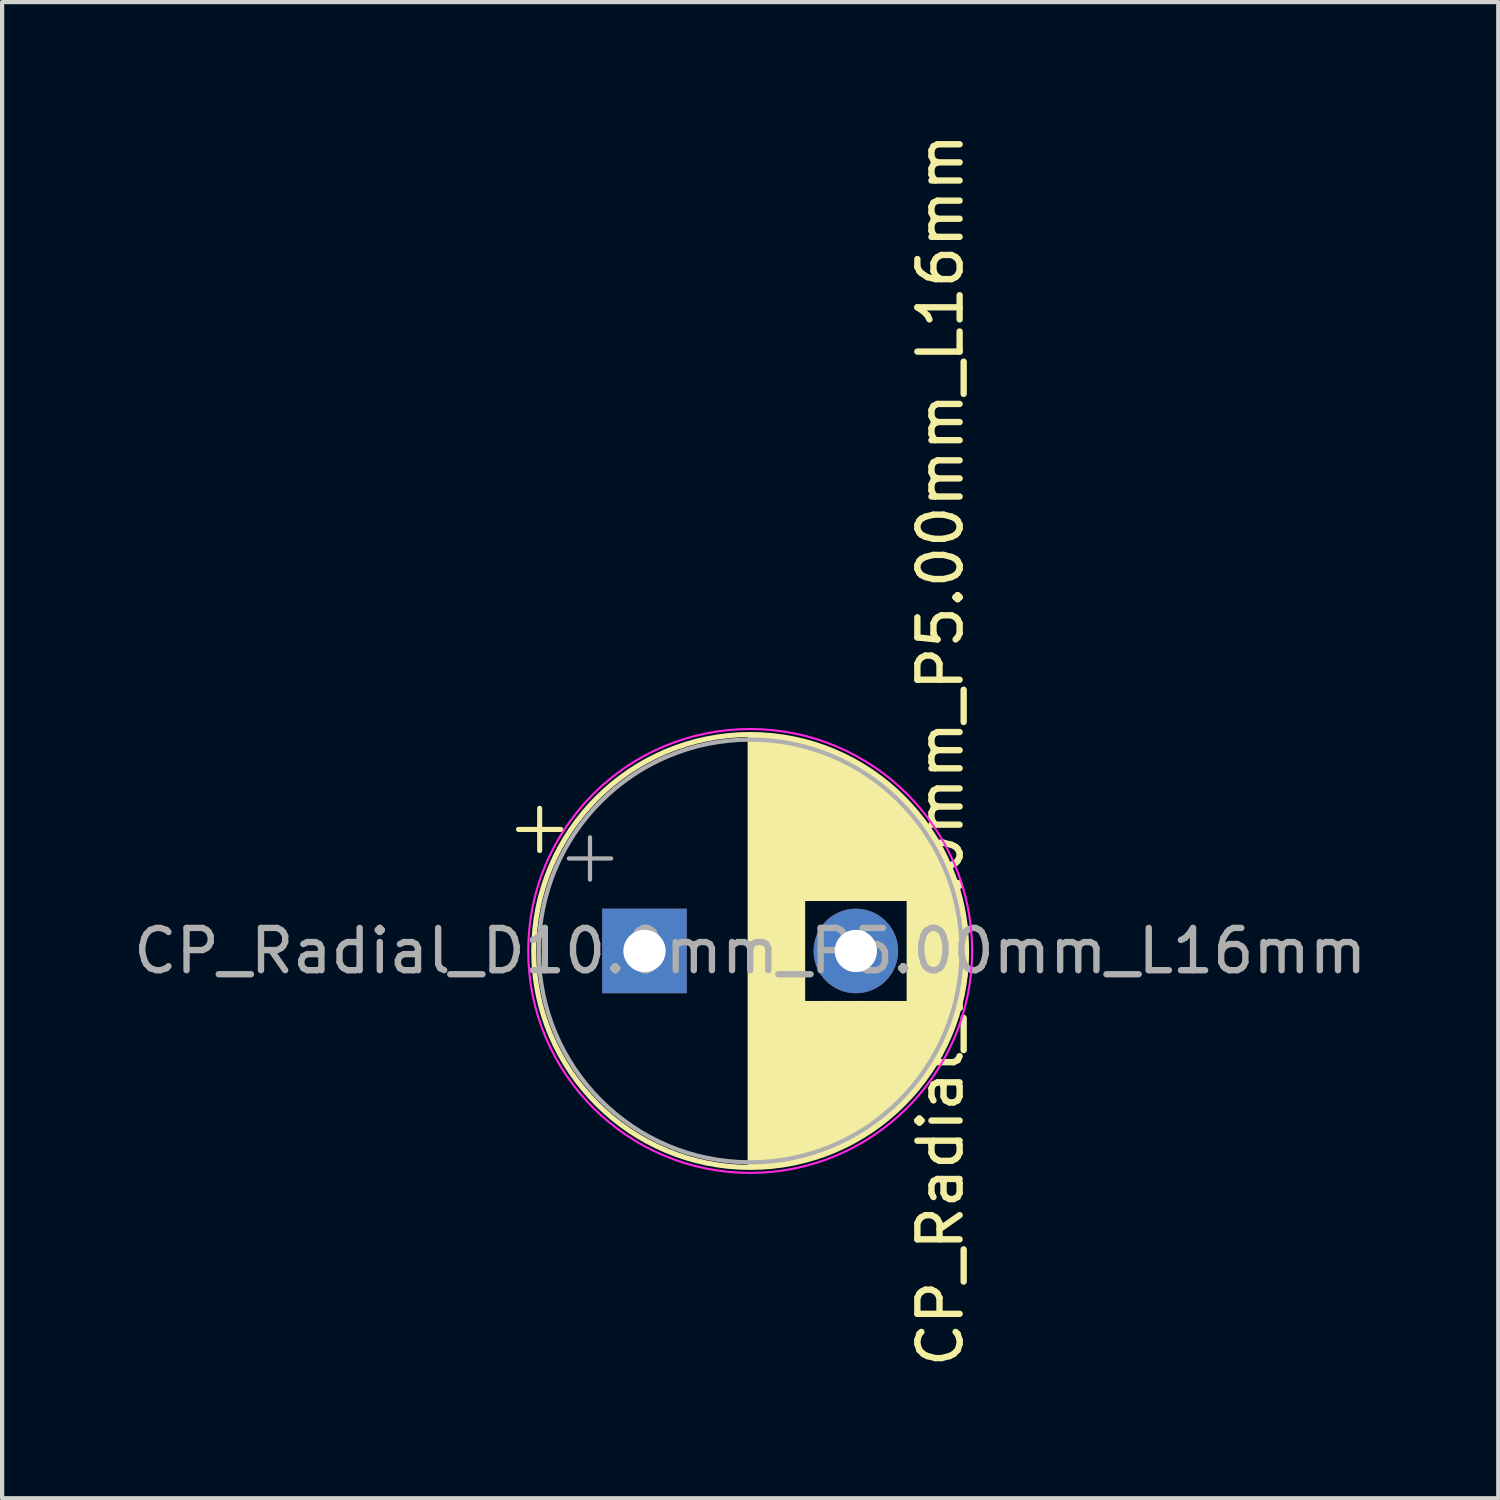
<source format=kicad_pcb>
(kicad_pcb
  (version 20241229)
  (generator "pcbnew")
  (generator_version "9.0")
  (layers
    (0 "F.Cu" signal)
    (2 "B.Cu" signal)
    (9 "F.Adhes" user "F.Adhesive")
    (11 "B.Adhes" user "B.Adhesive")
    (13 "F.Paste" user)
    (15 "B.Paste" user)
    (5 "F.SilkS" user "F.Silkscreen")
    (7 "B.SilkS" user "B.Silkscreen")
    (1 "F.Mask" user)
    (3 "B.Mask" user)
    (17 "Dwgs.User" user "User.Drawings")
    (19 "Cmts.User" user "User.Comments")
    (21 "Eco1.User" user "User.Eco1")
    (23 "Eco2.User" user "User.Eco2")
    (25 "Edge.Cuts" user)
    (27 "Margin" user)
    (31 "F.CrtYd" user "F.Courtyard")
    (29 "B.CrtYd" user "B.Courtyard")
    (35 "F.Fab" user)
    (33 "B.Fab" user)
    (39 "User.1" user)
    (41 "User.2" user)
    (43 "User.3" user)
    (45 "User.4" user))
  (footprint "CP_Radial_D10.0mm_P5.00mm_L16mm"
    (layer "F.Cu")
    (at 12.196 19.446)
    (property "Reference" "CP_Radial_D10.0mm_P5.00mm_L16mm" (at 7 -4.75 90) (layer "F.SilkS") (effects (font (size 1 1) (thickness 0.15))))
    (attr through_hole)
    (fp_line (start -2.98 -2.875) (end -1.98 -2.875) (stroke (width 0.12) (type solid)) (layer "F.SilkS"))
    (fp_line (start -2.48 -3.375) (end -2.48 -2.375) (stroke (width 0.12) (type solid)) (layer "F.SilkS"))
    (fp_line (start 2.5 -5.08) (end 2.5 5.08) (stroke (width 0.12) (type solid)) (layer "F.SilkS"))
    (fp_line (start 2.54 -5.08) (end 2.54 5.08) (stroke (width 0.12) (type solid)) (layer "F.SilkS"))
    (fp_line (start 2.58 -5.08) (end 2.58 5.08) (stroke (width 0.12) (type solid)) (layer "F.SilkS"))
    (fp_line (start 2.62 -5.079) (end 2.62 5.079) (stroke (width 0.12) (type solid)) (layer "F.SilkS"))
    (fp_line (start 2.66 -5.078) (end 2.66 5.078) (stroke (width 0.12) (type solid)) (layer "F.SilkS"))
    (fp_line (start 2.7 -5.077) (end 2.7 5.077) (stroke (width 0.12) (type solid)) (layer "F.SilkS"))
    (fp_line (start 2.74 -5.075) (end 2.74 5.075) (stroke (width 0.12) (type solid)) (layer "F.SilkS"))
    (fp_line (start 2.78 -5.073) (end 2.78 5.073) (stroke (width 0.12) (type solid)) (layer "F.SilkS"))
    (fp_line (start 2.82 -5.07) (end 2.82 5.07) (stroke (width 0.12) (type solid)) (layer "F.SilkS"))
    (fp_line (start 2.86 -5.068) (end 2.86 5.068) (stroke (width 0.12) (type solid)) (layer "F.SilkS"))
    (fp_line (start 2.9 -5.065) (end 2.9 5.065) (stroke (width 0.12) (type solid)) (layer "F.SilkS"))
    (fp_line (start 2.94 -5.062) (end 2.94 5.062) (stroke (width 0.12) (type solid)) (layer "F.SilkS"))
    (fp_line (start 2.98 -5.058) (end 2.98 5.058) (stroke (width 0.12) (type solid)) (layer "F.SilkS"))
    (fp_line (start 3.02 -5.054) (end 3.02 5.054) (stroke (width 0.12) (type solid)) (layer "F.SilkS"))
    (fp_line (start 3.06 -5.05) (end 3.06 5.05) (stroke (width 0.12) (type solid)) (layer "F.SilkS"))
    (fp_line (start 3.1 -5.045) (end 3.1 5.045) (stroke (width 0.12) (type solid)) (layer "F.SilkS"))
    (fp_line (start 3.14 -5.04) (end 3.14 5.04) (stroke (width 0.12) (type solid)) (layer "F.SilkS"))
    (fp_line (start 3.18 -5.035) (end 3.18 5.035) (stroke (width 0.12) (type solid)) (layer "F.SilkS"))
    (fp_line (start 3.221 -5.03) (end 3.221 5.03) (stroke (width 0.12) (type solid)) (layer "F.SilkS"))
    (fp_line (start 3.261 -5.024) (end 3.261 5.024) (stroke (width 0.12) (type solid)) (layer "F.SilkS"))
    (fp_line (start 3.301 -5.018) (end 3.301 5.018) (stroke (width 0.12) (type solid)) (layer "F.SilkS"))
    (fp_line (start 3.341 -5.011) (end 3.341 5.011) (stroke (width 0.12) (type solid)) (layer "F.SilkS"))
    (fp_line (start 3.381 -5.004) (end 3.381 5.004) (stroke (width 0.12) (type solid)) (layer "F.SilkS"))
    (fp_line (start 3.421 -4.997) (end 3.421 4.997) (stroke (width 0.12) (type solid)) (layer "F.SilkS"))
    (fp_line (start 3.461 -4.99) (end 3.461 4.99) (stroke (width 0.12) (type solid)) (layer "F.SilkS"))
    (fp_line (start 3.501 -4.982) (end 3.501 4.982) (stroke (width 0.12) (type solid)) (layer "F.SilkS"))
    (fp_line (start 3.541 -4.974) (end 3.541 4.974) (stroke (width 0.12) (type solid)) (layer "F.SilkS"))
    (fp_line (start 3.581 -4.965) (end 3.581 4.965) (stroke (width 0.12) (type solid)) (layer "F.SilkS"))
    (fp_line (start 3.621 -4.956) (end 3.621 4.956) (stroke (width 0.12) (type solid)) (layer "F.SilkS"))
    (fp_line (start 3.661 -4.947) (end 3.661 4.947) (stroke (width 0.12) (type solid)) (layer "F.SilkS"))
    (fp_line (start 3.701 -4.938) (end 3.701 4.938) (stroke (width 0.12) (type solid)) (layer "F.SilkS"))
    (fp_line (start 3.741 -4.928) (end 3.741 4.928) (stroke (width 0.12) (type solid)) (layer "F.SilkS"))
    (fp_line (start 3.781 -4.918) (end 3.781 -1.241) (stroke (width 0.12) (type solid)) (layer "F.SilkS"))
    (fp_line (start 3.781 1.241) (end 3.781 4.918) (stroke (width 0.12) (type solid)) (layer "F.SilkS"))
    (fp_line (start 3.821 -4.907) (end 3.821 -1.241) (stroke (width 0.12) (type solid)) (layer "F.SilkS"))
    (fp_line (start 3.821 1.241) (end 3.821 4.907) (stroke (width 0.12) (type solid)) (layer "F.SilkS"))
    (fp_line (start 3.861 -4.897) (end 3.861 -1.241) (stroke (width 0.12) (type solid)) (layer "F.SilkS"))
    (fp_line (start 3.861 1.241) (end 3.861 4.897) (stroke (width 0.12) (type solid)) (layer "F.SilkS"))
    (fp_line (start 3.901 -4.885) (end 3.901 -1.241) (stroke (width 0.12) (type solid)) (layer "F.SilkS"))
    (fp_line (start 3.901 1.241) (end 3.901 4.885) (stroke (width 0.12) (type solid)) (layer "F.SilkS"))
    (fp_line (start 3.941 -4.874) (end 3.941 -1.241) (stroke (width 0.12) (type solid)) (layer "F.SilkS"))
    (fp_line (start 3.941 1.241) (end 3.941 4.874) (stroke (width 0.12) (type solid)) (layer "F.SilkS"))
    (fp_line (start 3.981 -4.862) (end 3.981 -1.241) (stroke (width 0.12) (type solid)) (layer "F.SilkS"))
    (fp_line (start 3.981 1.241) (end 3.981 4.862) (stroke (width 0.12) (type solid)) (layer "F.SilkS"))
    (fp_line (start 4.021 -4.85) (end 4.021 -1.241) (stroke (width 0.12) (type solid)) (layer "F.SilkS"))
    (fp_line (start 4.021 1.241) (end 4.021 4.85) (stroke (width 0.12) (type solid)) (layer "F.SilkS"))
    (fp_line (start 4.061 -4.837) (end 4.061 -1.241) (stroke (width 0.12) (type solid)) (layer "F.SilkS"))
    (fp_line (start 4.061 1.241) (end 4.061 4.837) (stroke (width 0.12) (type solid)) (layer "F.SilkS"))
    (fp_line (start 4.101 -4.824) (end 4.101 -1.241) (stroke (width 0.12) (type solid)) (layer "F.SilkS"))
    (fp_line (start 4.101 1.241) (end 4.101 4.824) (stroke (width 0.12) (type solid)) (layer "F.SilkS"))
    (fp_line (start 4.141 -4.811) (end 4.141 -1.241) (stroke (width 0.12) (type solid)) (layer "F.SilkS"))
    (fp_line (start 4.141 1.241) (end 4.141 4.811) (stroke (width 0.12) (type solid)) (layer "F.SilkS"))
    (fp_line (start 4.181 -4.797) (end 4.181 -1.241) (stroke (width 0.12) (type solid)) (layer "F.SilkS"))
    (fp_line (start 4.181 1.241) (end 4.181 4.797) (stroke (width 0.12) (type solid)) (layer "F.SilkS"))
    (fp_line (start 4.221 -4.783) (end 4.221 -1.241) (stroke (width 0.12) (type solid)) (layer "F.SilkS"))
    (fp_line (start 4.221 1.241) (end 4.221 4.783) (stroke (width 0.12) (type solid)) (layer "F.SilkS"))
    (fp_line (start 4.261 -4.768) (end 4.261 -1.241) (stroke (width 0.12) (type solid)) (layer "F.SilkS"))
    (fp_line (start 4.261 1.241) (end 4.261 4.768) (stroke (width 0.12) (type solid)) (layer "F.SilkS"))
    (fp_line (start 4.301 -4.754) (end 4.301 -1.241) (stroke (width 0.12) (type solid)) (layer "F.SilkS"))
    (fp_line (start 4.301 1.241) (end 4.301 4.754) (stroke (width 0.12) (type solid)) (layer "F.SilkS"))
    (fp_line (start 4.341 -4.738) (end 4.341 -1.241) (stroke (width 0.12) (type solid)) (layer "F.SilkS"))
    (fp_line (start 4.341 1.241) (end 4.341 4.738) (stroke (width 0.12) (type solid)) (layer "F.SilkS"))
    (fp_line (start 4.381 -4.723) (end 4.381 -1.241) (stroke (width 0.12) (type solid)) (layer "F.SilkS"))
    (fp_line (start 4.381 1.241) (end 4.381 4.723) (stroke (width 0.12) (type solid)) (layer "F.SilkS"))
    (fp_line (start 4.421 -4.707) (end 4.421 -1.241) (stroke (width 0.12) (type solid)) (layer "F.SilkS"))
    (fp_line (start 4.421 1.241) (end 4.421 4.707) (stroke (width 0.12) (type solid)) (layer "F.SilkS"))
    (fp_line (start 4.461 -4.69) (end 4.461 -1.241) (stroke (width 0.12) (type solid)) (layer "F.SilkS"))
    (fp_line (start 4.461 1.241) (end 4.461 4.69) (stroke (width 0.12) (type solid)) (layer "F.SilkS"))
    (fp_line (start 4.501 -4.674) (end 4.501 -1.241) (stroke (width 0.12) (type solid)) (layer "F.SilkS"))
    (fp_line (start 4.501 1.241) (end 4.501 4.674) (stroke (width 0.12) (type solid)) (layer "F.SilkS"))
    (fp_line (start 4.541 -4.657) (end 4.541 -1.241) (stroke (width 0.12) (type solid)) (layer "F.SilkS"))
    (fp_line (start 4.541 1.241) (end 4.541 4.657) (stroke (width 0.12) (type solid)) (layer "F.SilkS"))
    (fp_line (start 4.581 -4.639) (end 4.581 -1.241) (stroke (width 0.12) (type solid)) (layer "F.SilkS"))
    (fp_line (start 4.581 1.241) (end 4.581 4.639) (stroke (width 0.12) (type solid)) (layer "F.SilkS"))
    (fp_line (start 4.621 -4.621) (end 4.621 -1.241) (stroke (width 0.12) (type solid)) (layer "F.SilkS"))
    (fp_line (start 4.621 1.241) (end 4.621 4.621) (stroke (width 0.12) (type solid)) (layer "F.SilkS"))
    (fp_line (start 4.661 -4.603) (end 4.661 -1.241) (stroke (width 0.12) (type solid)) (layer "F.SilkS"))
    (fp_line (start 4.661 1.241) (end 4.661 4.603) (stroke (width 0.12) (type solid)) (layer "F.SilkS"))
    (fp_line (start 4.701 -4.584) (end 4.701 -1.241) (stroke (width 0.12) (type solid)) (layer "F.SilkS"))
    (fp_line (start 4.701 1.241) (end 4.701 4.584) (stroke (width 0.12) (type solid)) (layer "F.SilkS"))
    (fp_line (start 4.741 -4.564) (end 4.741 -1.241) (stroke (width 0.12) (type solid)) (layer "F.SilkS"))
    (fp_line (start 4.741 1.241) (end 4.741 4.564) (stroke (width 0.12) (type solid)) (layer "F.SilkS"))
    (fp_line (start 4.781 -4.545) (end 4.781 -1.241) (stroke (width 0.12) (type solid)) (layer "F.SilkS"))
    (fp_line (start 4.781 1.241) (end 4.781 4.545) (stroke (width 0.12) (type solid)) (layer "F.SilkS"))
    (fp_line (start 4.821 -4.525) (end 4.821 -1.241) (stroke (width 0.12) (type solid)) (layer "F.SilkS"))
    (fp_line (start 4.821 1.241) (end 4.821 4.525) (stroke (width 0.12) (type solid)) (layer "F.SilkS"))
    (fp_line (start 4.861 -4.504) (end 4.861 -1.241) (stroke (width 0.12) (type solid)) (layer "F.SilkS"))
    (fp_line (start 4.861 1.241) (end 4.861 4.504) (stroke (width 0.12) (type solid)) (layer "F.SilkS"))
    (fp_line (start 4.901 -4.483) (end 4.901 -1.241) (stroke (width 0.12) (type solid)) (layer "F.SilkS"))
    (fp_line (start 4.901 1.241) (end 4.901 4.483) (stroke (width 0.12) (type solid)) (layer "F.SilkS"))
    (fp_line (start 4.941 -4.462) (end 4.941 -1.241) (stroke (width 0.12) (type solid)) (layer "F.SilkS"))
    (fp_line (start 4.941 1.241) (end 4.941 4.462) (stroke (width 0.12) (type solid)) (layer "F.SilkS"))
    (fp_line (start 4.981 -4.44) (end 4.981 -1.241) (stroke (width 0.12) (type solid)) (layer "F.SilkS"))
    (fp_line (start 4.981 1.241) (end 4.981 4.44) (stroke (width 0.12) (type solid)) (layer "F.SilkS"))
    (fp_line (start 5.021 -4.417) (end 5.021 -1.241) (stroke (width 0.12) (type solid)) (layer "F.SilkS"))
    (fp_line (start 5.021 1.241) (end 5.021 4.417) (stroke (width 0.12) (type solid)) (layer "F.SilkS"))
    (fp_line (start 5.061 -4.395) (end 5.061 -1.241) (stroke (width 0.12) (type solid)) (layer "F.SilkS"))
    (fp_line (start 5.061 1.241) (end 5.061 4.395) (stroke (width 0.12) (type solid)) (layer "F.SilkS"))
    (fp_line (start 5.101 -4.371) (end 5.101 -1.241) (stroke (width 0.12) (type solid)) (layer "F.SilkS"))
    (fp_line (start 5.101 1.241) (end 5.101 4.371) (stroke (width 0.12) (type solid)) (layer "F.SilkS"))
    (fp_line (start 5.141 -4.347) (end 5.141 -1.241) (stroke (width 0.12) (type solid)) (layer "F.SilkS"))
    (fp_line (start 5.141 1.241) (end 5.141 4.347) (stroke (width 0.12) (type solid)) (layer "F.SilkS"))
    (fp_line (start 5.181 -4.323) (end 5.181 -1.241) (stroke (width 0.12) (type solid)) (layer "F.SilkS"))
    (fp_line (start 5.181 1.241) (end 5.181 4.323) (stroke (width 0.12) (type solid)) (layer "F.SilkS"))
    (fp_line (start 5.221 -4.298) (end 5.221 -1.241) (stroke (width 0.12) (type solid)) (layer "F.SilkS"))
    (fp_line (start 5.221 1.241) (end 5.221 4.298) (stroke (width 0.12) (type solid)) (layer "F.SilkS"))
    (fp_line (start 5.261 -4.273) (end 5.261 -1.241) (stroke (width 0.12) (type solid)) (layer "F.SilkS"))
    (fp_line (start 5.261 1.241) (end 5.261 4.273) (stroke (width 0.12) (type solid)) (layer "F.SilkS"))
    (fp_line (start 5.301 -4.247) (end 5.301 -1.241) (stroke (width 0.12) (type solid)) (layer "F.SilkS"))
    (fp_line (start 5.301 1.241) (end 5.301 4.247) (stroke (width 0.12) (type solid)) (layer "F.SilkS"))
    (fp_line (start 5.341 -4.221) (end 5.341 -1.241) (stroke (width 0.12) (type solid)) (layer "F.SilkS"))
    (fp_line (start 5.341 1.241) (end 5.341 4.221) (stroke (width 0.12) (type solid)) (layer "F.SilkS"))
    (fp_line (start 5.381 -4.194) (end 5.381 -1.241) (stroke (width 0.12) (type solid)) (layer "F.SilkS"))
    (fp_line (start 5.381 1.241) (end 5.381 4.194) (stroke (width 0.12) (type solid)) (layer "F.SilkS"))
    (fp_line (start 5.421 -4.166) (end 5.421 -1.241) (stroke (width 0.12) (type solid)) (layer "F.SilkS"))
    (fp_line (start 5.421 1.241) (end 5.421 4.166) (stroke (width 0.12) (type solid)) (layer "F.SilkS"))
    (fp_line (start 5.461 -4.138) (end 5.461 -1.241) (stroke (width 0.12) (type solid)) (layer "F.SilkS"))
    (fp_line (start 5.461 1.241) (end 5.461 4.138) (stroke (width 0.12) (type solid)) (layer "F.SilkS"))
    (fp_line (start 5.501 -4.11) (end 5.501 -1.241) (stroke (width 0.12) (type solid)) (layer "F.SilkS"))
    (fp_line (start 5.501 1.241) (end 5.501 4.11) (stroke (width 0.12) (type solid)) (layer "F.SilkS"))
    (fp_line (start 5.541 -4.08) (end 5.541 -1.241) (stroke (width 0.12) (type solid)) (layer "F.SilkS"))
    (fp_line (start 5.541 1.241) (end 5.541 4.08) (stroke (width 0.12) (type solid)) (layer "F.SilkS"))
    (fp_line (start 5.581 -4.05) (end 5.581 -1.241) (stroke (width 0.12) (type solid)) (layer "F.SilkS"))
    (fp_line (start 5.581 1.241) (end 5.581 4.05) (stroke (width 0.12) (type solid)) (layer "F.SilkS"))
    (fp_line (start 5.621 -4.02) (end 5.621 -1.241) (stroke (width 0.12) (type solid)) (layer "F.SilkS"))
    (fp_line (start 5.621 1.241) (end 5.621 4.02) (stroke (width 0.12) (type solid)) (layer "F.SilkS"))
    (fp_line (start 5.661 -3.989) (end 5.661 -1.241) (stroke (width 0.12) (type solid)) (layer "F.SilkS"))
    (fp_line (start 5.661 1.241) (end 5.661 3.989) (stroke (width 0.12) (type solid)) (layer "F.SilkS"))
    (fp_line (start 5.701 -3.957) (end 5.701 -1.241) (stroke (width 0.12) (type solid)) (layer "F.SilkS"))
    (fp_line (start 5.701 1.241) (end 5.701 3.957) (stroke (width 0.12) (type solid)) (layer "F.SilkS"))
    (fp_line (start 5.741 -3.925) (end 5.741 -1.241) (stroke (width 0.12) (type solid)) (layer "F.SilkS"))
    (fp_line (start 5.741 1.241) (end 5.741 3.925) (stroke (width 0.12) (type solid)) (layer "F.SilkS"))
    (fp_line (start 5.781 -3.892) (end 5.781 -1.241) (stroke (width 0.12) (type solid)) (layer "F.SilkS"))
    (fp_line (start 5.781 1.241) (end 5.781 3.892) (stroke (width 0.12) (type solid)) (layer "F.SilkS"))
    (fp_line (start 5.821 -3.858) (end 5.821 -1.241) (stroke (width 0.12) (type solid)) (layer "F.SilkS"))
    (fp_line (start 5.821 1.241) (end 5.821 3.858) (stroke (width 0.12) (type solid)) (layer "F.SilkS"))
    (fp_line (start 5.861 -3.824) (end 5.861 -1.241) (stroke (width 0.12) (type solid)) (layer "F.SilkS"))
    (fp_line (start 5.861 1.241) (end 5.861 3.824) (stroke (width 0.12) (type solid)) (layer "F.SilkS"))
    (fp_line (start 5.901 -3.789) (end 5.901 -1.241) (stroke (width 0.12) (type solid)) (layer "F.SilkS"))
    (fp_line (start 5.901 1.241) (end 5.901 3.789) (stroke (width 0.12) (type solid)) (layer "F.SilkS"))
    (fp_line (start 5.941 -3.753) (end 5.941 -1.241) (stroke (width 0.12) (type solid)) (layer "F.SilkS"))
    (fp_line (start 5.941 1.241) (end 5.941 3.753) (stroke (width 0.12) (type solid)) (layer "F.SilkS"))
    (fp_line (start 5.981 -3.716) (end 5.981 -1.241) (stroke (width 0.12) (type solid)) (layer "F.SilkS"))
    (fp_line (start 5.981 1.241) (end 5.981 3.716) (stroke (width 0.12) (type solid)) (layer "F.SilkS"))
    (fp_line (start 6.021 -3.679) (end 6.021 -1.241) (stroke (width 0.12) (type solid)) (layer "F.SilkS"))
    (fp_line (start 6.021 1.241) (end 6.021 3.679) (stroke (width 0.12) (type solid)) (layer "F.SilkS"))
    (fp_line (start 6.061 -3.64) (end 6.061 -1.241) (stroke (width 0.12) (type solid)) (layer "F.SilkS"))
    (fp_line (start 6.061 1.241) (end 6.061 3.64) (stroke (width 0.12) (type solid)) (layer "F.SilkS"))
    (fp_line (start 6.101 -3.601) (end 6.101 -1.241) (stroke (width 0.12) (type solid)) (layer "F.SilkS"))
    (fp_line (start 6.101 1.241) (end 6.101 3.601) (stroke (width 0.12) (type solid)) (layer "F.SilkS"))
    (fp_line (start 6.141 -3.561) (end 6.141 -1.241) (stroke (width 0.12) (type solid)) (layer "F.SilkS"))
    (fp_line (start 6.141 1.241) (end 6.141 3.561) (stroke (width 0.12) (type solid)) (layer "F.SilkS"))
    (fp_line (start 6.181 -3.52) (end 6.181 -1.241) (stroke (width 0.12) (type solid)) (layer "F.SilkS"))
    (fp_line (start 6.181 1.241) (end 6.181 3.52) (stroke (width 0.12) (type solid)) (layer "F.SilkS"))
    (fp_line (start 6.221 -3.478) (end 6.221 -1.241) (stroke (width 0.12) (type solid)) (layer "F.SilkS"))
    (fp_line (start 6.221 1.241) (end 6.221 3.478) (stroke (width 0.12) (type solid)) (layer "F.SilkS"))
    (fp_line (start 6.261 -3.436) (end 6.261 3.436) (stroke (width 0.12) (type solid)) (layer "F.SilkS"))
    (fp_line (start 6.301 -3.392) (end 6.301 3.392) (stroke (width 0.12) (type solid)) (layer "F.SilkS"))
    (fp_line (start 6.341 -3.347) (end 6.341 3.347) (stroke (width 0.12) (type solid)) (layer "F.SilkS"))
    (fp_line (start 6.381 -3.301) (end 6.381 3.301) (stroke (width 0.12) (type solid)) (layer "F.SilkS"))
    (fp_line (start 6.421 -3.254) (end 6.421 3.254) (stroke (width 0.12) (type solid)) (layer "F.SilkS"))
    (fp_line (start 6.461 -3.206) (end 6.461 3.206) (stroke (width 0.12) (type solid)) (layer "F.SilkS"))
    (fp_line (start 6.501 -3.156) (end 6.501 3.156) (stroke (width 0.12) (type solid)) (layer "F.SilkS"))
    (fp_line (start 6.541 -3.106) (end 6.541 3.106) (stroke (width 0.12) (type solid)) (layer "F.SilkS"))
    (fp_line (start 6.581 -3.054) (end 6.581 3.054) (stroke (width 0.12) (type solid)) (layer "F.SilkS"))
    (fp_line (start 6.621 -3) (end 6.621 3) (stroke (width 0.12) (type solid)) (layer "F.SilkS"))
    (fp_line (start 6.661 -2.945) (end 6.661 2.945) (stroke (width 0.12) (type solid)) (layer "F.SilkS"))
    (fp_line (start 6.701 -2.889) (end 6.701 2.889) (stroke (width 0.12) (type solid)) (layer "F.SilkS"))
    (fp_line (start 6.741 -2.83) (end 6.741 2.83) (stroke (width 0.12) (type solid)) (layer "F.SilkS"))
    (fp_line (start 6.781 -2.77) (end 6.781 2.77) (stroke (width 0.12) (type solid)) (layer "F.SilkS"))
    (fp_line (start 6.821 -2.709) (end 6.821 2.709) (stroke (width 0.12) (type solid)) (layer "F.SilkS"))
    (fp_line (start 6.861 -2.645) (end 6.861 2.645) (stroke (width 0.12) (type solid)) (layer "F.SilkS"))
    (fp_line (start 6.901 -2.579) (end 6.901 2.579) (stroke (width 0.12) (type solid)) (layer "F.SilkS"))
    (fp_line (start 6.941 -2.51) (end 6.941 2.51) (stroke (width 0.12) (type solid)) (layer "F.SilkS"))
    (fp_line (start 6.981 -2.439) (end 6.981 2.439) (stroke (width 0.12) (type solid)) (layer "F.SilkS"))
    (fp_line (start 7.021 -2.365) (end 7.021 2.365) (stroke (width 0.12) (type solid)) (layer "F.SilkS"))
    (fp_line (start 7.061 -2.289) (end 7.061 2.289) (stroke (width 0.12) (type solid)) (layer "F.SilkS"))
    (fp_line (start 7.101 -2.209) (end 7.101 2.209) (stroke (width 0.12) (type solid)) (layer "F.SilkS"))
    (fp_line (start 7.141 -2.125) (end 7.141 2.125) (stroke (width 0.12) (type solid)) (layer "F.SilkS"))
    (fp_line (start 7.181 -2.037) (end 7.181 2.037) (stroke (width 0.12) (type solid)) (layer "F.SilkS"))
    (fp_line (start 7.221 -1.944) (end 7.221 1.944) (stroke (width 0.12) (type solid)) (layer "F.SilkS"))
    (fp_line (start 7.261 -1.846) (end 7.261 1.846) (stroke (width 0.12) (type solid)) (layer "F.SilkS"))
    (fp_line (start 7.301 -1.742) (end 7.301 1.742) (stroke (width 0.12) (type solid)) (layer "F.SilkS"))
    (fp_line (start 7.341 -1.63) (end 7.341 1.63) (stroke (width 0.12) (type solid)) (layer "F.SilkS"))
    (fp_line (start 7.381 -1.51) (end 7.381 1.51) (stroke (width 0.12) (type solid)) (layer "F.SilkS"))
    (fp_line (start 7.421 -1.378) (end 7.421 1.378) (stroke (width 0.12) (type solid)) (layer "F.SilkS"))
    (fp_line (start 7.461 -1.23) (end 7.461 1.23) (stroke (width 0.12) (type solid)) (layer "F.SilkS"))
    (fp_line (start 7.501 -1.062) (end 7.501 1.062) (stroke (width 0.12) (type solid)) (layer "F.SilkS"))
    (fp_line (start 7.541 -0.862) (end 7.541 0.862) (stroke (width 0.12) (type solid)) (layer "F.SilkS"))
    (fp_line (start 7.581 -0.599) (end 7.581 0.599) (stroke (width 0.12) (type solid)) (layer "F.SilkS"))
    (fp_circle (center 2.5 0) (end 7.62 0) (stroke (width 0.12) (type solid)) (fill no) (layer "F.SilkS"))
    (fp_circle (center 2.5 0) (end 7.75 0) (stroke (width 0.05) (type solid)) (fill no) (layer "F.CrtYd"))
    (fp_line (start -1.789 -2.188) (end -0.789 -2.188) (stroke (width 0.1) (type solid)) (layer "F.Fab"))
    (fp_line (start -1.289 -2.688) (end -1.289 -1.688) (stroke (width 0.1) (type solid)) (layer "F.Fab"))
    (fp_circle (center 2.5 0) (end 7.5 0) (stroke (width 0.1) (type solid)) (fill no) (layer "F.Fab"))
    (fp_text user "${REFERENCE}" (at 2.5 0 0) (layer "F.Fab") (effects (font (size 1 1) (thickness 0.15))))
    (pad "1" thru_hole rect (at 0 0) (size 2 2) (drill 1) (layers "*.Cu" "*.Mask"))
    (pad "2" thru_hole circle (at 5 0) (size 2 2) (drill 1) (layers "*.Cu" "*.Mask")))
  (gr_rect
    (start -3 -3)
    (end 32.393 32.393)
    (stroke (width 0.1) (type default))
    (fill no)
    (layer "Edge.Cuts")))
</source>
